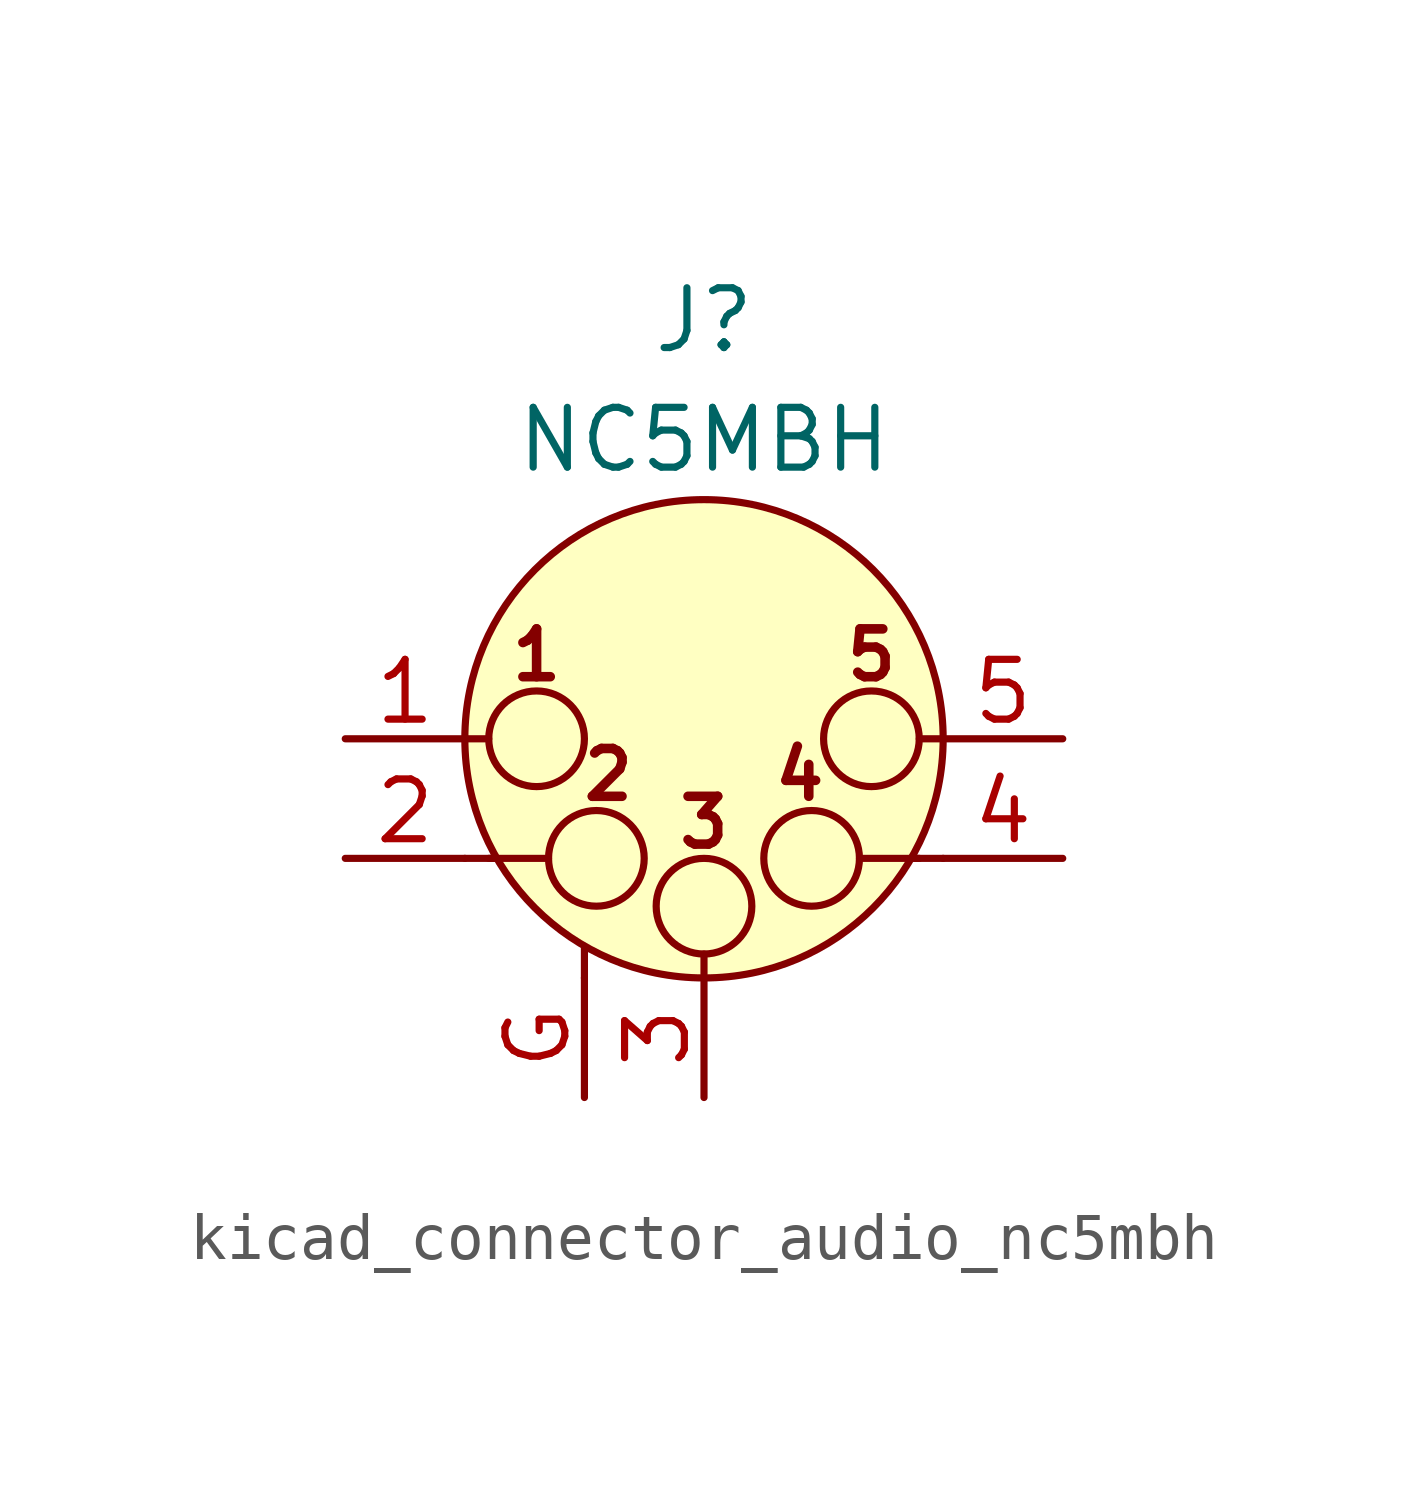
<source format=kicad_sym>
(kicad_symbol_lib
  (version 20220914)
  (generator kicad_symbol_editor)
  (symbol "kicad_connector_audio_nc5mbh"
    (pin_names hide)
    (property "Reference" "J"
      (at 0 8.89 0)
      (effects (font (size 1.27 1.27))))
    (property "Value" "NC5MBH"
      (at 0 6.35 0)
      (effects (font (size 1.27 1.27))))
    (symbol "kicad_connector_audio_nc5mbh_0_1"
      (circle (center -3.556 0) (radius 1.016) (stroke (width 0) (type default)) (fill (type none)))
      (circle (center -2.286 -2.54) (radius 1.016) (stroke (width 0) (type default)) (fill (type none)))
      (circle (center 0 -3.556) (radius 1.016) (stroke (width 0) (type default)) (fill (type none)))
      (polyline (pts (xy -5.08 -2.54) (xy -4.445 -2.54)) (stroke (width 0) (type default)) (fill (type none)))
      (polyline (pts (xy -5.08 0) (xy -4.572 0)) (stroke (width 0) (type default)) (fill (type none)))
      (polyline (pts (xy -4.572 -2.54) (xy -3.302 -2.54)) (stroke (width 0) (type default)) (fill (type none)))
      (polyline (pts (xy -2.54 -5.08) (xy -2.54 -4.445)) (stroke (width 0) (type default)) (fill (type none)))
      (polyline (pts (xy 0 -5.08) (xy 0 -4.572)) (stroke (width 0) (type default)) (fill (type none)))
      (polyline (pts (xy 4.572 -2.54) (xy 3.302 -2.54)) (stroke (width 0) (type default)) (fill (type none)))
      (polyline (pts (xy 5.08 -2.54) (xy 4.445 -2.54)) (stroke (width 0) (type default)) (fill (type none)))
      (polyline (pts (xy 5.08 0) (xy 4.572 0)) (stroke (width 0) (type default)) (fill (type none)))
      (circle (center 0 0) (radius 5.08) (stroke (width 0) (type default)) (fill (type background)))
      (circle (center 2.286 -2.54) (radius 1.016) (stroke (width 0) (type default)) (fill (type none)))
      (circle (center 3.556 0) (radius 1.016) (stroke (width 0) (type default)) (fill (type none)))
      (text "1" (at -3.556 1.778 0) (effects (font (size 1.016 1.016) bold)))
      (text "2" (at -2.032 -0.762 0) (effects (font (size 1.016 1.016) bold)))
      (text "3" (at 0 -1.778 0) (effects (font (size 1.016 1.016) bold)))
      (text "4" (at 2.032 -0.762 0) (effects (font (size 1.016 1.016) bold)))
      (text "5" (at 3.556 1.778 0) (effects (font (size 1.016 1.016) bold))))
    (symbol "kicad_connector_audio_nc5mbh_1_1"
      (pin passive line (at -7.62 0 0) (length 2.54) (name "P1" (effects (font (size 1.27 1.27)))) (number "1" (effects (font (size 1.27 1.27)))))
      (pin passive line (at -7.62 -2.54 0) (length 2.54) (name "P2" (effects (font (size 1.27 1.27)))) (number "2" (effects (font (size 1.27 1.27)))))
      (pin passive line (at 0 -7.62 90) (length 2.54) (name "P3" (effects (font (size 1.27 1.27)))) (number "3" (effects (font (size 1.27 1.27)))))
      (pin passive line (at 7.62 -2.54 180) (length 2.54) (name "P3" (effects (font (size 1.27 1.27)))) (number "4" (effects (font (size 1.27 1.27)))))
      (pin passive line (at 7.62 0 180) (length 2.54) (name "P5" (effects (font (size 1.27 1.27)))) (number "5" (effects (font (size 1.27 1.27)))))
      (pin passive line (at -2.54 -7.62 90) (length 2.54) (name "~" (effects (font (size 1.27 1.27)))) (number "G" (effects (font (size 1.27 1.27))))))))
</source>
